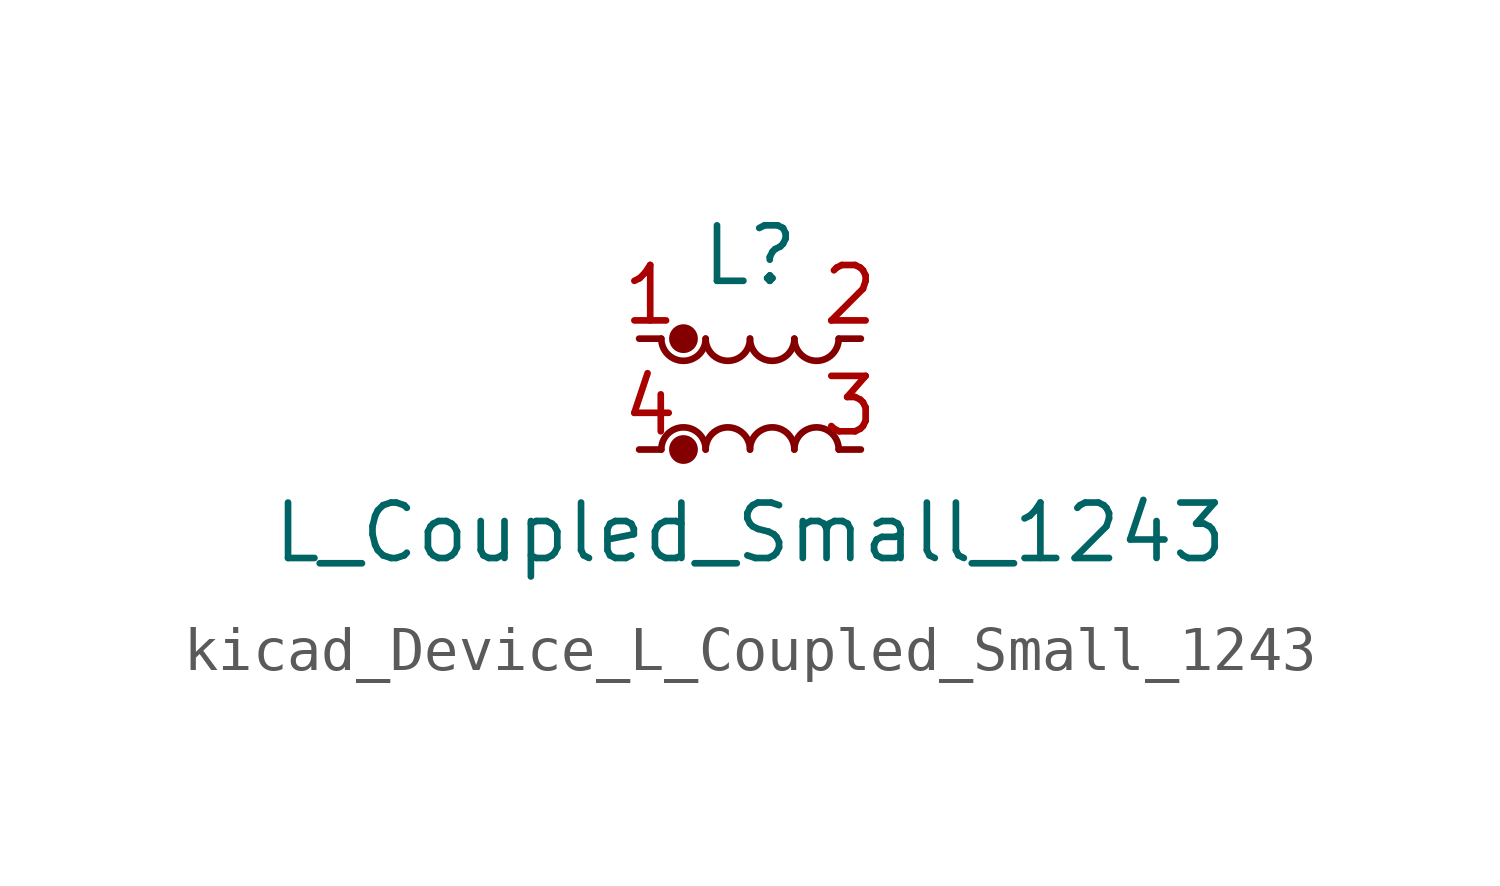
<source format=kicad_sym>
(kicad_symbol_lib
  (version 20220914)
  (generator kicad_symbol_editor)
  (symbol "kicad_Device_L_Coupled_Small_1243"
    (pin_names
      (offset 0.254) hide)
    (property "Reference" "L"
      (at 0 3.175 0)
      (effects (font (size 1.27 1.27))))
    (property "Value" "L_Coupled_Small_1243"
      (at 0 -3.175 0)
      (effects (font (size 1.27 1.27))))
    (symbol "kicad_Device_L_Coupled_Small_1243_0_1"
      (arc (start -2.032 1.27) (mid -1.524 0.7642) (end -1.016 1.27) (stroke (width 0) (type default)) (fill (type none)))
      (circle (center -1.524 -1.27) (radius 0.254) (stroke (width 0) (type default)) (fill (type outline)))
      (circle (center -1.524 1.27) (radius 0.254) (stroke (width 0) (type default)) (fill (type outline)))
      (arc (start -1.016 -1.27) (mid -1.524 -0.7642) (end -2.032 -1.27) (stroke (width 0) (type default)) (fill (type none)))
      (arc (start -1.016 1.27) (mid -0.508 0.7642) (end 0 1.27) (stroke (width 0) (type default)) (fill (type none)))
      (arc (start 0 -1.27) (mid -0.508 -0.7642) (end -1.016 -1.27) (stroke (width 0) (type default)) (fill (type none)))
      (arc (start 0 1.27) (mid 0.508 0.7642) (end 1.016 1.27) (stroke (width 0) (type default)) (fill (type none)))
      (arc (start 1.016 -1.27) (mid 0.508 -0.7642) (end 0 -1.27) (stroke (width 0) (type default)) (fill (type none)))
      (arc (start 1.016 1.27) (mid 1.524 0.7642) (end 2.032 1.27) (stroke (width 0) (type default)) (fill (type none)))
      (arc (start 2.032 -1.27) (mid 1.524 -0.7642) (end 1.016 -1.27) (stroke (width 0) (type default)) (fill (type none))))
    (symbol "kicad_Device_L_Coupled_Small_1243_1_1"
      (pin passive line (at -2.54 1.27 0) (length 0.508) (name "1" (effects (font (size 1.27 1.27)))) (number "1" (effects (font (size 1.27 1.27)))))
      (pin passive line (at 2.54 1.27 180) (length 0.508) (name "2" (effects (font (size 1.27 1.27)))) (number "2" (effects (font (size 1.27 1.27)))))
      (pin passive line (at 2.54 -1.27 180) (length 0.508) (name "3" (effects (font (size 1.27 1.27)))) (number "3" (effects (font (size 1.27 1.27)))))
      (pin passive line (at -2.54 -1.27 0) (length 0.508) (name "4" (effects (font (size 1.27 1.27)))) (number "4" (effects (font (size 1.27 1.27))))))))
</source>
